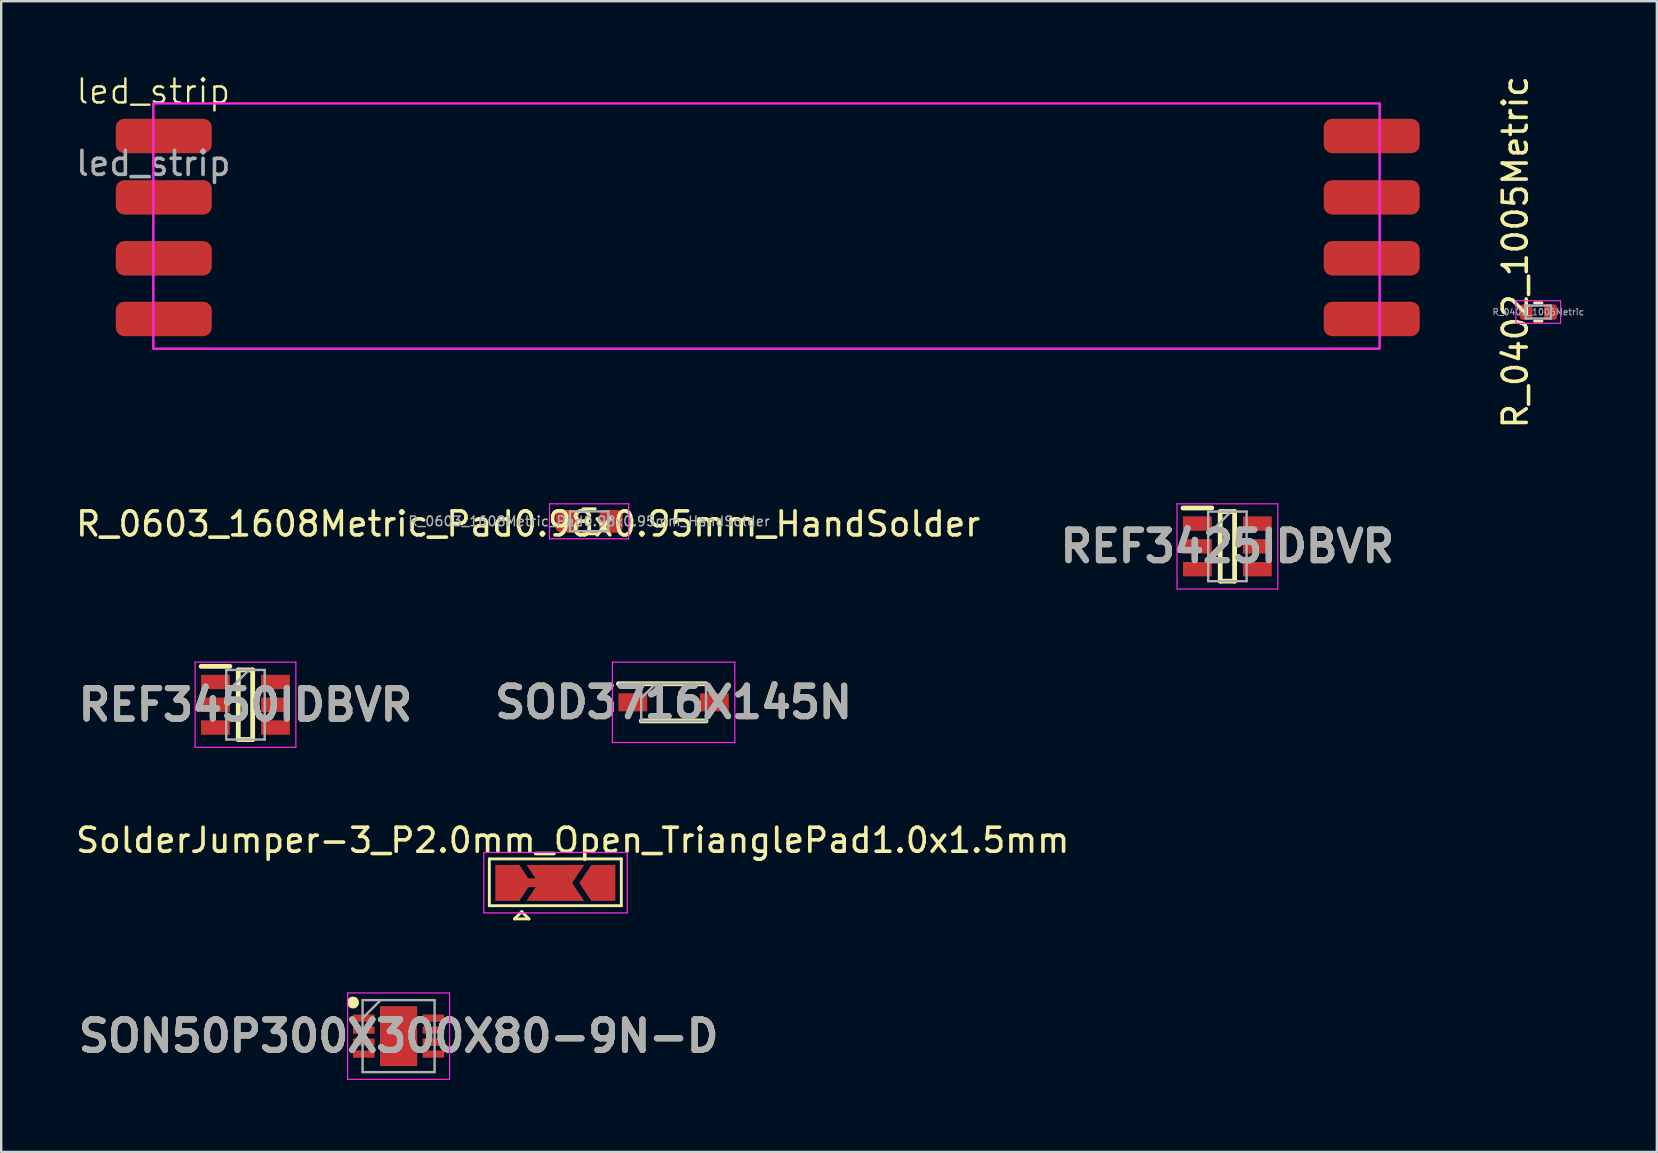
<source format=kicad_pcb>
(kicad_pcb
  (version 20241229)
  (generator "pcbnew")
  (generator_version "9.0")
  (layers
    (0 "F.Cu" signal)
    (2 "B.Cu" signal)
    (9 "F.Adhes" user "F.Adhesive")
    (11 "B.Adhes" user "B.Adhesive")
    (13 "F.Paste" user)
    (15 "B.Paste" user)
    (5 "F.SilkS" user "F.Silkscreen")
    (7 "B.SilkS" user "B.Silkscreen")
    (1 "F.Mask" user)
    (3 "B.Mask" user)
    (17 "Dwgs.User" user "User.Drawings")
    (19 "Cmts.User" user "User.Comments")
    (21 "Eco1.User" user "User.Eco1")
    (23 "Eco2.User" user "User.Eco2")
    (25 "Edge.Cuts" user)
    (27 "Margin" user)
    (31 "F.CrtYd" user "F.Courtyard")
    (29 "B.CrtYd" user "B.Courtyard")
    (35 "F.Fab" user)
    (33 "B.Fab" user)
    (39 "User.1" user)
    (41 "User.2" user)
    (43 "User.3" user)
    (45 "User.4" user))
  (footprint "SON50P300X300X80-9N-D"
    (layer "F.Cu")
    (at 13.559 40.125)
    (property "Reference" "SON50P300X300X80-9N-D" (at 0 0 0) (layer "F.SilkS") (effects (font (size 1.27 1.27) (thickness 0.254))))
    (attr smd)
    (fp_circle (center -1.9 -1.4) (end -1.9 -1.275) (stroke (width 0.25) (type solid)) (fill no) (layer "F.SilkS"))
    (fp_line (start -2.125 -1.8) (end 2.125 -1.8) (stroke (width 0.05) (type solid)) (layer "F.CrtYd"))
    (fp_line (start -2.125 1.8) (end -2.125 -1.8) (stroke (width 0.05) (type solid)) (layer "F.CrtYd"))
    (fp_line (start 2.125 -1.8) (end 2.125 1.8) (stroke (width 0.05) (type solid)) (layer "F.CrtYd"))
    (fp_line (start 2.125 1.8) (end -2.125 1.8) (stroke (width 0.05) (type solid)) (layer "F.CrtYd"))
    (fp_line (start -1.5 -1.5) (end 1.5 -1.5) (stroke (width 0.1) (type solid)) (layer "F.Fab"))
    (fp_line (start -1.5 -0.75) (end -0.75 -1.5) (stroke (width 0.1) (type solid)) (layer "F.Fab"))
    (fp_line (start -1.5 1.5) (end -1.5 -1.5) (stroke (width 0.1) (type solid)) (layer "F.Fab"))
    (fp_line (start 1.5 -1.5) (end 1.5 1.5) (stroke (width 0.1) (type solid)) (layer "F.Fab"))
    (fp_line (start 1.5 1.5) (end -1.5 1.5) (stroke (width 0.1) (type solid)) (layer "F.Fab"))
    (fp_text user "${REFERENCE}" (at 0 0 0) (layer "F.Fab") (effects (font (size 1.27 1.27) (thickness 0.254))))
    (pad "1" smd rect (at -1.45 -0.75 90) (size 0.3 0.9) (layers "F.Cu" "F.Mask" "F.Paste"))
    (pad "2" smd rect (at -1.45 -0.25 90) (size 0.3 0.9) (layers "F.Cu" "F.Mask" "F.Paste"))
    (pad "3" smd rect (at -1.45 0.25 90) (size 0.3 0.9) (layers "F.Cu" "F.Mask" "F.Paste"))
    (pad "4" smd rect (at -1.45 0.75 90) (size 0.3 0.9) (layers "F.Cu" "F.Mask" "F.Paste"))
    (pad "5" smd rect (at 1.45 0.75 90) (size 0.3 0.9) (layers "F.Cu" "F.Mask" "F.Paste"))
    (pad "6" smd rect (at 1.45 0.25 90) (size 0.3 0.9) (layers "F.Cu" "F.Mask" "F.Paste"))
    (pad "7" smd rect (at 1.45 -0.25 90) (size 0.3 0.9) (layers "F.Cu" "F.Mask" "F.Paste"))
    (pad "8" smd rect (at 1.45 -0.75 90) (size 0.3 0.9) (layers "F.Cu" "F.Mask" "F.Paste"))
    (pad "9" smd rect (at 0 0) (size 1.55 2.5) (layers "F.Cu" "F.Mask" "F.Paste")))
  (footprint "SolderJumper-3_P2.0mm_Open_TrianglePad1.0x1.5mm"
    (layer "F.Cu")
    (at 20.09 33.74)
    (property "Reference" "SolderJumper-3_P2.0mm_Open_TrianglePad1.0x1.5mm" (at 0.725 -1.775 0) (layer "F.SilkS") (effects (font (size 1 1) (thickness 0.15))))
    (attr exclude_from_pos_files exclude_from_bom)
    (fp_rect (start -1.29 -0.09) (end -0.57 0.08) (stroke (width 0.2) (type default)) (fill no) (layer "F.Cu"))
    (fp_line (start -2.75 -1) (end 2.75 -1) (stroke (width 0.12) (type solid)) (layer "F.SilkS"))
    (fp_line (start -2.75 0.95) (end -2.75 -1) (stroke (width 0.12) (type solid)) (layer "F.SilkS"))
    (fp_line (start -1.7 1.5) (end -1.1 1.5) (stroke (width 0.12) (type solid)) (layer "F.SilkS"))
    (fp_line (start -1.4 1.2) (end -1.7 1.5) (stroke (width 0.12) (type solid)) (layer "F.SilkS"))
    (fp_line (start -1.1 1.5) (end -1.4 1.2) (stroke (width 0.12) (type solid)) (layer "F.SilkS"))
    (fp_line (start 2.75 -1) (end 2.75 0.95) (stroke (width 0.12) (type solid)) (layer "F.SilkS"))
    (fp_line (start 2.75 0.95) (end -2.75 0.95) (stroke (width 0.12) (type solid)) (layer "F.SilkS"))
    (fp_line (start -2.98 -1.27) (end -2.98 1.25) (stroke (width 0.05) (type solid)) (layer "F.CrtYd"))
    (fp_line (start -2.98 -1.27) (end 3 -1.27) (stroke (width 0.05) (type solid)) (layer "F.CrtYd"))
    (fp_line (start 3 1.25) (end -2.98 1.25) (stroke (width 0.05) (type solid)) (layer "F.CrtYd"))
    (fp_line (start 3 1.25) (end 3 -1.27) (stroke (width 0.05) (type solid)) (layer "F.CrtYd"))
    (pad "" smd rect (at -1.2 0) (size 1.5 1.5) (layers "F.Mask"))
    (pad "" smd rect (at 1.2 0) (size 1.5 1.5) (layers "F.Mask"))
    (pad "1" smd custom (at -2 0) (size 0.3 0.3) (layers "F.Cu" "F.Mask") (options (anchor rect)) (primitives (gr_poly (pts (xy 1 0) (xy 0.5 0.75) (xy -0.5 0.75) (xy -0.5 -0.75) (xy 0.5 -0.75)) (width 0) (fill yes))))
    (pad "2" smd custom (at 0 0) (size 0.3 0.3) (layers "F.Cu") (options (anchor rect)) (primitives (gr_poly (pts (xy 0.7 0) (xy 1.2 0.75) (xy -1.2 0.75) (xy -0.7 0) (xy -1.2 -0.75) (xy 1.2 -0.75)) (width 0) (fill yes))))
    (pad "3" smd custom (at 2 0 180) (size 0.3 0.3) (layers "F.Cu" "F.Mask") (options (anchor rect)) (primitives (gr_poly (pts (xy 1 0) (xy 0.5 0.75) (xy -0.5 0.75) (xy -0.5 -0.75) (xy 0.5 -0.75)) (width 0) (fill yes)))))
  (footprint "led_strip"
    (layer "F.Cu")
    (at 3.339 1.26)
    (property "Reference" "led_strip" (at 0 -0.5 0) (unlocked yes) (layer "F.SilkS") (effects (font (size 1 1) (thickness 0.1))))
    (attr smd)
    (fp_rect (start 0 0) (end 51.1 10.22) (stroke (width 0.1) (type default)) (fill no) (layer "F.CrtYd"))
    (fp_text user "${REFERENCE}" (at 0 2.5 0) (unlocked yes) (layer "F.Fab") (effects (font (size 1 1) (thickness 0.15))))
    (pad "1" smd roundrect (at 0.436 1.356) (size 4 1.434) (layers "F.Cu" "F.Mask" "F.Paste") (roundrect_rratio 0.25))
    (pad "2" smd roundrect (at 0.436 3.915) (size 4 1.434) (layers "F.Cu" "F.Mask" "F.Paste") (roundrect_rratio 0.25))
    (pad "3" smd roundrect (at 0.436 6.453) (size 4 1.434) (layers "F.Cu" "F.Mask" "F.Paste") (roundrect_rratio 0.25))
    (pad "4" smd roundrect (at 0.436 8.981) (size 4 1.434) (layers "F.Cu" "F.Mask" "F.Paste") (roundrect_rratio 0.25))
    (pad "5" smd roundrect (at 50.769 1.356) (size 4 1.434) (layers "F.Cu" "F.Mask" "F.Paste") (roundrect_rratio 0.25))
    (pad "6" smd roundrect (at 50.769 3.915) (size 4 1.434) (layers "F.Cu" "F.Mask" "F.Paste") (roundrect_rratio 0.25))
    (pad "7" smd roundrect (at 50.769 6.453) (size 4 1.434) (layers "F.Cu" "F.Mask" "F.Paste") (roundrect_rratio 0.25))
    (pad "8" smd roundrect (at 50.769 8.981) (size 4 1.434) (layers "F.Cu" "F.Mask" "F.Paste") (roundrect_rratio 0.25)))
  (footprint "REF3425IDBVR"
    (layer "F.Cu")
    (at 48.095 19.717)
    (property "Reference" "REF3425IDBVR" (at 0 0 0) (layer "F.SilkS") (effects (font (size 1.27 1.27) (thickness 0.254))))
    (attr smd)
    (fp_line (start -1.85 -1.6) (end -0.65 -1.6) (stroke (width 0.2) (type solid)) (layer "F.SilkS"))
    (fp_line (start -0.3 -1.45) (end 0.3 -1.45) (stroke (width 0.2) (type solid)) (layer "F.SilkS"))
    (fp_line (start -0.3 1.45) (end -0.3 -1.45) (stroke (width 0.2) (type solid)) (layer "F.SilkS"))
    (fp_line (start 0.3 -1.45) (end 0.3 1.45) (stroke (width 0.2) (type solid)) (layer "F.SilkS"))
    (fp_line (start 0.3 1.45) (end -0.3 1.45) (stroke (width 0.2) (type solid)) (layer "F.SilkS"))
    (fp_line (start -2.1 -1.775) (end 2.1 -1.775) (stroke (width 0.05) (type solid)) (layer "F.CrtYd"))
    (fp_line (start -2.1 1.775) (end -2.1 -1.775) (stroke (width 0.05) (type solid)) (layer "F.CrtYd"))
    (fp_line (start 2.1 -1.775) (end 2.1 1.775) (stroke (width 0.05) (type solid)) (layer "F.CrtYd"))
    (fp_line (start 2.1 1.775) (end -2.1 1.775) (stroke (width 0.05) (type solid)) (layer "F.CrtYd"))
    (fp_line (start -0.8 -1.45) (end 0.8 -1.45) (stroke (width 0.1) (type solid)) (layer "F.Fab"))
    (fp_line (start -0.8 -0.5) (end 0.15 -1.45) (stroke (width 0.1) (type solid)) (layer "F.Fab"))
    (fp_line (start -0.8 1.45) (end -0.8 -1.45) (stroke (width 0.1) (type solid)) (layer "F.Fab"))
    (fp_line (start 0.8 -1.45) (end 0.8 1.45) (stroke (width 0.1) (type solid)) (layer "F.Fab"))
    (fp_line (start 0.8 1.45) (end -0.8 1.45) (stroke (width 0.1) (type solid)) (layer "F.Fab"))
    (fp_text user "${REFERENCE}" (at 0 0 0) (layer "F.Fab") (effects (font (size 1.27 1.27) (thickness 0.254))))
    (pad "1" smd rect (at -1.25 -0.95 90) (size 0.6 1.2) (layers "F.Cu" "F.Mask" "F.Paste"))
    (pad "2" smd rect (at -1.25 0 90) (size 0.6 1.2) (layers "F.Cu" "F.Mask" "F.Paste"))
    (pad "3" smd rect (at -1.25 0.95 90) (size 0.6 1.2) (layers "F.Cu" "F.Mask" "F.Paste"))
    (pad "4" smd rect (at 1.25 0.95 90) (size 0.6 1.2) (layers "F.Cu" "F.Mask" "F.Paste"))
    (pad "5" smd rect (at 1.25 0 90) (size 0.6 1.2) (layers "F.Cu" "F.Mask" "F.Paste"))
    (pad "6" smd rect (at 1.25 -0.95 90) (size 0.6 1.2) (layers "F.Cu" "F.Mask" "F.Paste")))
  (footprint "SOD3716X145N"
    (layer "F.Cu")
    (at 25.019 26.217)
    (property "Reference" "SOD3716X145N" (at 0 0 0) (layer "F.SilkS") (effects (font (size 1.27 1.27) (thickness 0.254))))
    (attr smd)
    (fp_line (start -2.3 -0.775) (end 1.35 -0.775) (stroke (width 0.2) (type solid)) (layer "F.SilkS"))
    (fp_line (start -1.35 0.775) (end 1.35 0.775) (stroke (width 0.2) (type solid)) (layer "F.SilkS"))
    (fp_line (start -2.55 -1.675) (end 2.55 -1.675) (stroke (width 0.05) (type solid)) (layer "F.CrtYd"))
    (fp_line (start -2.55 1.675) (end -2.55 -1.675) (stroke (width 0.05) (type solid)) (layer "F.CrtYd"))
    (fp_line (start 2.55 -1.675) (end 2.55 1.675) (stroke (width 0.05) (type solid)) (layer "F.CrtYd"))
    (fp_line (start 2.55 1.675) (end -2.55 1.675) (stroke (width 0.05) (type solid)) (layer "F.CrtYd"))
    (fp_line (start -1.35 -0.775) (end 1.35 -0.775) (stroke (width 0.1) (type solid)) (layer "F.Fab"))
    (fp_line (start -1.35 -0.175) (end -0.75 -0.775) (stroke (width 0.1) (type solid)) (layer "F.Fab"))
    (fp_line (start -1.35 0.775) (end -1.35 -0.775) (stroke (width 0.1) (type solid)) (layer "F.Fab"))
    (fp_line (start 1.35 -0.775) (end 1.35 0.775) (stroke (width 0.1) (type solid)) (layer "F.Fab"))
    (fp_line (start 1.35 0.775) (end -1.35 0.775) (stroke (width 0.1) (type solid)) (layer "F.Fab"))
    (fp_text user "${REFERENCE}" (at 0 0 0) (layer "F.Fab") (effects (font (size 1.27 1.27) (thickness 0.254))))
    (pad "1" smd rect (at -1.7 0 90) (size 0.75 1.2) (layers "F.Cu" "F.Mask" "F.Paste"))
    (pad "2" smd rect (at 1.7 0 90) (size 0.75 1.2) (layers "F.Cu" "F.Mask" "F.Paste")))
  (footprint "REF3450IDBVR"
    (layer "F.Cu")
    (at 7.179 26.317)
    (property "Reference" "REF3450IDBVR" (at 0 0 0) (layer "F.SilkS") (effects (font (size 1.27 1.27) (thickness 0.254))))
    (attr smd)
    (fp_line (start -1.85 -1.6) (end -0.65 -1.6) (stroke (width 0.2) (type solid)) (layer "F.SilkS"))
    (fp_line (start -0.3 -1.45) (end 0.3 -1.45) (stroke (width 0.2) (type solid)) (layer "F.SilkS"))
    (fp_line (start -0.3 1.45) (end -0.3 -1.45) (stroke (width 0.2) (type solid)) (layer "F.SilkS"))
    (fp_line (start 0.3 -1.45) (end 0.3 1.45) (stroke (width 0.2) (type solid)) (layer "F.SilkS"))
    (fp_line (start 0.3 1.45) (end -0.3 1.45) (stroke (width 0.2) (type solid)) (layer "F.SilkS"))
    (fp_line (start -2.1 -1.775) (end 2.1 -1.775) (stroke (width 0.05) (type solid)) (layer "F.CrtYd"))
    (fp_line (start -2.1 1.775) (end -2.1 -1.775) (stroke (width 0.05) (type solid)) (layer "F.CrtYd"))
    (fp_line (start 2.1 -1.775) (end 2.1 1.775) (stroke (width 0.05) (type solid)) (layer "F.CrtYd"))
    (fp_line (start 2.1 1.775) (end -2.1 1.775) (stroke (width 0.05) (type solid)) (layer "F.CrtYd"))
    (fp_line (start -0.8 -1.45) (end 0.8 -1.45) (stroke (width 0.1) (type solid)) (layer "F.Fab"))
    (fp_line (start -0.8 -0.5) (end 0.15 -1.45) (stroke (width 0.1) (type solid)) (layer "F.Fab"))
    (fp_line (start -0.8 1.45) (end -0.8 -1.45) (stroke (width 0.1) (type solid)) (layer "F.Fab"))
    (fp_line (start 0.8 -1.45) (end 0.8 1.45) (stroke (width 0.1) (type solid)) (layer "F.Fab"))
    (fp_line (start 0.8 1.45) (end -0.8 1.45) (stroke (width 0.1) (type solid)) (layer "F.Fab"))
    (fp_text user "${REFERENCE}" (at 0 0 0) (layer "F.Fab") (effects (font (size 1.27 1.27) (thickness 0.254))))
    (pad "1" smd rect (at -1.25 -0.95 90) (size 0.6 1.2) (layers "F.Cu" "F.Mask" "F.Paste"))
    (pad "2" smd rect (at -1.25 0 90) (size 0.6 1.2) (layers "F.Cu" "F.Mask" "F.Paste"))
    (pad "3" smd rect (at -1.25 0.95 90) (size 0.6 1.2) (layers "F.Cu" "F.Mask" "F.Paste"))
    (pad "4" smd rect (at 1.25 0.95 90) (size 0.6 1.2) (layers "F.Cu" "F.Mask" "F.Paste"))
    (pad "5" smd rect (at 1.25 0 90) (size 0.6 1.2) (layers "F.Cu" "F.Mask" "F.Paste"))
    (pad "6" smd rect (at 1.25 -0.95 90) (size 0.6 1.2) (layers "F.Cu" "F.Mask" "F.Paste")))
  (footprint "R_0603_1608Metric_Pad0.98x0.95mm_HandSolder"
    (layer "F.Cu")
    (at 21.498 18.672)
    (property "Reference" "R_0603_1608Metric_Pad0.98x0.95mm_HandSolder" (at -2.54 0.11 180) (layer "F.SilkS") (effects (font (size 1 1) (thickness 0.15))))
    (attr smd)
    (fp_line (start -0.255 -0.522) (end 0.255 -0.522) (stroke (width 0.12) (type solid)) (layer "F.SilkS"))
    (fp_line (start -0.255 0.522) (end 0.255 0.522) (stroke (width 0.12) (type solid)) (layer "F.SilkS"))
    (fp_line (start -1.65 -0.73) (end 1.65 -0.73) (stroke (width 0.05) (type solid)) (layer "F.CrtYd"))
    (fp_line (start -1.65 0.73) (end -1.65 -0.73) (stroke (width 0.05) (type solid)) (layer "F.CrtYd"))
    (fp_line (start 1.65 -0.73) (end 1.65 0.73) (stroke (width 0.05) (type solid)) (layer "F.CrtYd"))
    (fp_line (start 1.65 0.73) (end -1.65 0.73) (stroke (width 0.05) (type solid)) (layer "F.CrtYd"))
    (fp_line (start -0.8 -0.412) (end 0.8 -0.412) (stroke (width 0.1) (type solid)) (layer "F.Fab"))
    (fp_line (start -0.8 0.412) (end -0.8 -0.412) (stroke (width 0.1) (type solid)) (layer "F.Fab"))
    (fp_line (start 0.8 -0.412) (end 0.8 0.412) (stroke (width 0.1) (type solid)) (layer "F.Fab"))
    (fp_line (start 0.8 0.412) (end -0.8 0.412) (stroke (width 0.1) (type solid)) (layer "F.Fab"))
    (fp_text user "${REFERENCE}" (at 0 0 0) (layer "F.Fab") (effects (font (size 0.4 0.4) (thickness 0.06))))
    (pad "1" smd roundrect (at -0.912 0) (size 0.975 0.95) (layers "F.Cu" "F.Mask" "F.Paste") (roundrect_rratio 0.25))
    (pad "2" smd roundrect (at 0.912 0) (size 0.975 0.95) (layers "F.Cu" "F.Mask" "F.Paste") (roundrect_rratio 0.25)))
  (footprint "R_0402_1005Metric"
    (layer "F.Cu")
    (at 61.049 9.952)
    (property "Reference" "R_0402_1005Metric" (at -0.956 -2.494 270) (layer "F.SilkS") (effects (font (size 1 1) (thickness 0.15))))
    (attr smd)
    (fp_line (start -0.154 -0.38) (end 0.154 -0.38) (stroke (width 0.12) (type solid)) (layer "F.SilkS"))
    (fp_line (start -0.154 0.38) (end 0.154 0.38) (stroke (width 0.12) (type solid)) (layer "F.SilkS"))
    (fp_line (start -0.93 -0.47) (end 0.93 -0.47) (stroke (width 0.05) (type solid)) (layer "F.CrtYd"))
    (fp_line (start -0.93 0.47) (end -0.93 -0.47) (stroke (width 0.05) (type solid)) (layer "F.CrtYd"))
    (fp_line (start 0.93 -0.47) (end 0.93 0.47) (stroke (width 0.05) (type solid)) (layer "F.CrtYd"))
    (fp_line (start 0.93 0.47) (end -0.93 0.47) (stroke (width 0.05) (type solid)) (layer "F.CrtYd"))
    (fp_line (start -0.525 -0.27) (end 0.525 -0.27) (stroke (width 0.1) (type solid)) (layer "F.Fab"))
    (fp_line (start -0.525 0.27) (end -0.525 -0.27) (stroke (width 0.1) (type solid)) (layer "F.Fab"))
    (fp_line (start 0.525 -0.27) (end 0.525 0.27) (stroke (width 0.1) (type solid)) (layer "F.Fab"))
    (fp_line (start 0.525 0.27) (end -0.525 0.27) (stroke (width 0.1) (type solid)) (layer "F.Fab"))
    (fp_text user "${REFERENCE}" (at 0 0 180) (layer "F.Fab") (effects (font (size 0.26 0.26) (thickness 0.04))))
    (pad "1" smd roundrect (at -0.51 0) (size 0.54 0.64) (layers "F.Cu" "F.Mask" "F.Paste") (roundrect_rratio 0.25))
    (pad "2" smd roundrect (at 0.51 0) (size 0.54 0.64) (layers "F.Cu" "F.Mask" "F.Paste") (roundrect_rratio 0.25)))
  (gr_rect
    (start -3 -3)
    (end 65.99 44.95)
    (stroke (width 0.1) (type default))
    (fill no)
    (layer "Edge.Cuts")))
</source>
